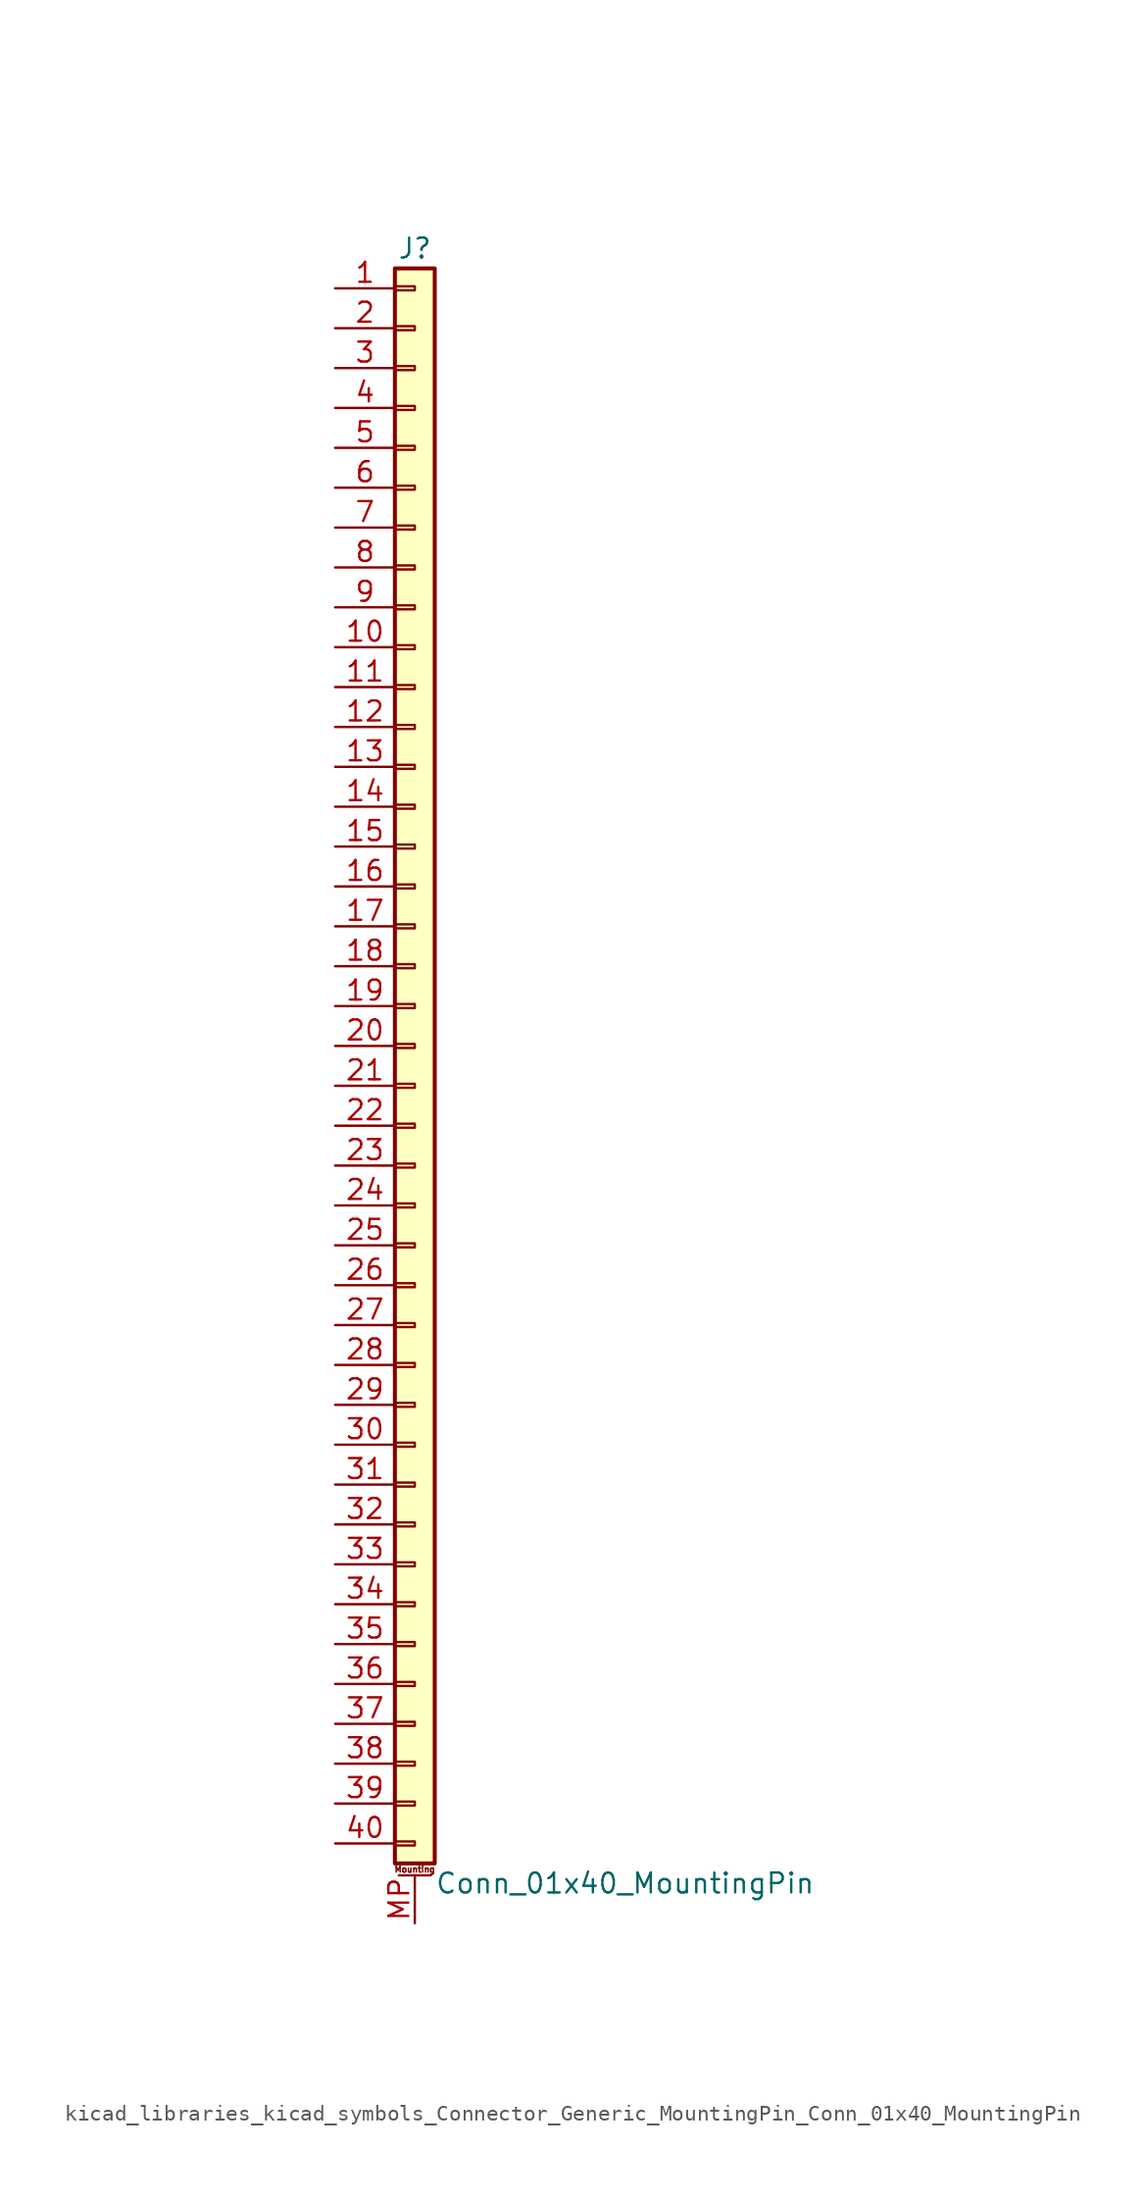
<source format=kicad_sym>
(kicad_symbol_lib
  (version 20220914)
  (generator kicad_symbol_editor)
  (symbol "kicad_libraries_kicad_symbols_Connector_Generic_MountingPin_Conn_01x40_MountingPin"
    (pin_names
      (offset 1.016) hide)
    (property "Reference" "J"
      (at 0 50.8 0)
      (effects (font (size 1.27 1.27))))
    (property "Value" "Conn_01x40_MountingPin"
      (at 1.27 -53.34 0)
      (effects (font (size 1.27 1.27)) (justify left)))
    (symbol "kicad_libraries_kicad_symbols_Connector_Generic_MountingPin_Conn_01x40_MountingPin_1_1"
      (rectangle (start -1.27 -50.673) (end 0 -50.927) (stroke (width 0.152) (type default)) (fill (type none)))
      (rectangle (start -1.27 -48.133) (end 0 -48.387) (stroke (width 0.152) (type default)) (fill (type none)))
      (rectangle (start -1.27 -45.593) (end 0 -45.847) (stroke (width 0.152) (type default)) (fill (type none)))
      (rectangle (start -1.27 -43.053) (end 0 -43.307) (stroke (width 0.152) (type default)) (fill (type none)))
      (rectangle (start -1.27 -40.513) (end 0 -40.767) (stroke (width 0.152) (type default)) (fill (type none)))
      (rectangle (start -1.27 -37.973) (end 0 -38.227) (stroke (width 0.152) (type default)) (fill (type none)))
      (rectangle (start -1.27 -35.433) (end 0 -35.687) (stroke (width 0.152) (type default)) (fill (type none)))
      (rectangle (start -1.27 -32.893) (end 0 -33.147) (stroke (width 0.152) (type default)) (fill (type none)))
      (rectangle (start -1.27 -30.353) (end 0 -30.607) (stroke (width 0.152) (type default)) (fill (type none)))
      (rectangle (start -1.27 -27.813) (end 0 -28.067) (stroke (width 0.152) (type default)) (fill (type none)))
      (rectangle (start -1.27 -25.273) (end 0 -25.527) (stroke (width 0.152) (type default)) (fill (type none)))
      (rectangle (start -1.27 -22.733) (end 0 -22.987) (stroke (width 0.152) (type default)) (fill (type none)))
      (rectangle (start -1.27 -20.193) (end 0 -20.447) (stroke (width 0.152) (type default)) (fill (type none)))
      (rectangle (start -1.27 -17.653) (end 0 -17.907) (stroke (width 0.152) (type default)) (fill (type none)))
      (rectangle (start -1.27 -15.113) (end 0 -15.367) (stroke (width 0.152) (type default)) (fill (type none)))
      (rectangle (start -1.27 -12.573) (end 0 -12.827) (stroke (width 0.152) (type default)) (fill (type none)))
      (rectangle (start -1.27 -10.033) (end 0 -10.287) (stroke (width 0.152) (type default)) (fill (type none)))
      (rectangle (start -1.27 -7.493) (end 0 -7.747) (stroke (width 0.152) (type default)) (fill (type none)))
      (rectangle (start -1.27 -4.953) (end 0 -5.207) (stroke (width 0.152) (type default)) (fill (type none)))
      (rectangle (start -1.27 -2.413) (end 0 -2.667) (stroke (width 0.152) (type default)) (fill (type none)))
      (rectangle (start -1.27 0.127) (end 0 -0.127) (stroke (width 0.152) (type default)) (fill (type none)))
      (rectangle (start -1.27 2.667) (end 0 2.413) (stroke (width 0.152) (type default)) (fill (type none)))
      (rectangle (start -1.27 5.207) (end 0 4.953) (stroke (width 0.152) (type default)) (fill (type none)))
      (rectangle (start -1.27 7.747) (end 0 7.493) (stroke (width 0.152) (type default)) (fill (type none)))
      (rectangle (start -1.27 10.287) (end 0 10.033) (stroke (width 0.152) (type default)) (fill (type none)))
      (rectangle (start -1.27 12.827) (end 0 12.573) (stroke (width 0.152) (type default)) (fill (type none)))
      (rectangle (start -1.27 15.367) (end 0 15.113) (stroke (width 0.152) (type default)) (fill (type none)))
      (rectangle (start -1.27 17.907) (end 0 17.653) (stroke (width 0.152) (type default)) (fill (type none)))
      (rectangle (start -1.27 20.447) (end 0 20.193) (stroke (width 0.152) (type default)) (fill (type none)))
      (rectangle (start -1.27 22.987) (end 0 22.733) (stroke (width 0.152) (type default)) (fill (type none)))
      (rectangle (start -1.27 25.527) (end 0 25.273) (stroke (width 0.152) (type default)) (fill (type none)))
      (rectangle (start -1.27 28.067) (end 0 27.813) (stroke (width 0.152) (type default)) (fill (type none)))
      (rectangle (start -1.27 30.607) (end 0 30.353) (stroke (width 0.152) (type default)) (fill (type none)))
      (rectangle (start -1.27 33.147) (end 0 32.893) (stroke (width 0.152) (type default)) (fill (type none)))
      (rectangle (start -1.27 35.687) (end 0 35.433) (stroke (width 0.152) (type default)) (fill (type none)))
      (rectangle (start -1.27 38.227) (end 0 37.973) (stroke (width 0.152) (type default)) (fill (type none)))
      (rectangle (start -1.27 40.767) (end 0 40.513) (stroke (width 0.152) (type default)) (fill (type none)))
      (rectangle (start -1.27 43.307) (end 0 43.053) (stroke (width 0.152) (type default)) (fill (type none)))
      (rectangle (start -1.27 45.847) (end 0 45.593) (stroke (width 0.152) (type default)) (fill (type none)))
      (rectangle (start -1.27 48.387) (end 0 48.133) (stroke (width 0.152) (type default)) (fill (type none)))
      (rectangle (start -1.27 49.53) (end 1.27 -52.07) (stroke (width 0.254) (type default)) (fill (type background)))
      (polyline (pts (xy -1.016 -52.832) (xy 1.016 -52.832)) (stroke (width 0.152) (type default)) (fill (type none)))
      (text "Mounting" (at 0 -52.451 0) (effects (font (size 0.381 0.381))))
      (pin passive line (at -5.08 48.26 0) (length 3.81) (name "Pin_1" (effects (font (size 1.27 1.27)))) (number "1" (effects (font (size 1.27 1.27)))))
      (pin passive line (at -5.08 25.4 0) (length 3.81) (name "Pin_10" (effects (font (size 1.27 1.27)))) (number "10" (effects (font (size 1.27 1.27)))))
      (pin passive line (at -5.08 22.86 0) (length 3.81) (name "Pin_11" (effects (font (size 1.27 1.27)))) (number "11" (effects (font (size 1.27 1.27)))))
      (pin passive line (at -5.08 20.32 0) (length 3.81) (name "Pin_12" (effects (font (size 1.27 1.27)))) (number "12" (effects (font (size 1.27 1.27)))))
      (pin passive line (at -5.08 17.78 0) (length 3.81) (name "Pin_13" (effects (font (size 1.27 1.27)))) (number "13" (effects (font (size 1.27 1.27)))))
      (pin passive line (at -5.08 15.24 0) (length 3.81) (name "Pin_14" (effects (font (size 1.27 1.27)))) (number "14" (effects (font (size 1.27 1.27)))))
      (pin passive line (at -5.08 12.7 0) (length 3.81) (name "Pin_15" (effects (font (size 1.27 1.27)))) (number "15" (effects (font (size 1.27 1.27)))))
      (pin passive line (at -5.08 10.16 0) (length 3.81) (name "Pin_16" (effects (font (size 1.27 1.27)))) (number "16" (effects (font (size 1.27 1.27)))))
      (pin passive line (at -5.08 7.62 0) (length 3.81) (name "Pin_17" (effects (font (size 1.27 1.27)))) (number "17" (effects (font (size 1.27 1.27)))))
      (pin passive line (at -5.08 5.08 0) (length 3.81) (name "Pin_18" (effects (font (size 1.27 1.27)))) (number "18" (effects (font (size 1.27 1.27)))))
      (pin passive line (at -5.08 2.54 0) (length 3.81) (name "Pin_19" (effects (font (size 1.27 1.27)))) (number "19" (effects (font (size 1.27 1.27)))))
      (pin passive line (at -5.08 45.72 0) (length 3.81) (name "Pin_2" (effects (font (size 1.27 1.27)))) (number "2" (effects (font (size 1.27 1.27)))))
      (pin passive line (at -5.08 0 0) (length 3.81) (name "Pin_20" (effects (font (size 1.27 1.27)))) (number "20" (effects (font (size 1.27 1.27)))))
      (pin passive line (at -5.08 -2.54 0) (length 3.81) (name "Pin_21" (effects (font (size 1.27 1.27)))) (number "21" (effects (font (size 1.27 1.27)))))
      (pin passive line (at -5.08 -5.08 0) (length 3.81) (name "Pin_22" (effects (font (size 1.27 1.27)))) (number "22" (effects (font (size 1.27 1.27)))))
      (pin passive line (at -5.08 -7.62 0) (length 3.81) (name "Pin_23" (effects (font (size 1.27 1.27)))) (number "23" (effects (font (size 1.27 1.27)))))
      (pin passive line (at -5.08 -10.16 0) (length 3.81) (name "Pin_24" (effects (font (size 1.27 1.27)))) (number "24" (effects (font (size 1.27 1.27)))))
      (pin passive line (at -5.08 -12.7 0) (length 3.81) (name "Pin_25" (effects (font (size 1.27 1.27)))) (number "25" (effects (font (size 1.27 1.27)))))
      (pin passive line (at -5.08 -15.24 0) (length 3.81) (name "Pin_26" (effects (font (size 1.27 1.27)))) (number "26" (effects (font (size 1.27 1.27)))))
      (pin passive line (at -5.08 -17.78 0) (length 3.81) (name "Pin_27" (effects (font (size 1.27 1.27)))) (number "27" (effects (font (size 1.27 1.27)))))
      (pin passive line (at -5.08 -20.32 0) (length 3.81) (name "Pin_28" (effects (font (size 1.27 1.27)))) (number "28" (effects (font (size 1.27 1.27)))))
      (pin passive line (at -5.08 -22.86 0) (length 3.81) (name "Pin_29" (effects (font (size 1.27 1.27)))) (number "29" (effects (font (size 1.27 1.27)))))
      (pin passive line (at -5.08 43.18 0) (length 3.81) (name "Pin_3" (effects (font (size 1.27 1.27)))) (number "3" (effects (font (size 1.27 1.27)))))
      (pin passive line (at -5.08 -25.4 0) (length 3.81) (name "Pin_30" (effects (font (size 1.27 1.27)))) (number "30" (effects (font (size 1.27 1.27)))))
      (pin passive line (at -5.08 -27.94 0) (length 3.81) (name "Pin_31" (effects (font (size 1.27 1.27)))) (number "31" (effects (font (size 1.27 1.27)))))
      (pin passive line (at -5.08 -30.48 0) (length 3.81) (name "Pin_32" (effects (font (size 1.27 1.27)))) (number "32" (effects (font (size 1.27 1.27)))))
      (pin passive line (at -5.08 -33.02 0) (length 3.81) (name "Pin_33" (effects (font (size 1.27 1.27)))) (number "33" (effects (font (size 1.27 1.27)))))
      (pin passive line (at -5.08 -35.56 0) (length 3.81) (name "Pin_34" (effects (font (size 1.27 1.27)))) (number "34" (effects (font (size 1.27 1.27)))))
      (pin passive line (at -5.08 -38.1 0) (length 3.81) (name "Pin_35" (effects (font (size 1.27 1.27)))) (number "35" (effects (font (size 1.27 1.27)))))
      (pin passive line (at -5.08 -40.64 0) (length 3.81) (name "Pin_36" (effects (font (size 1.27 1.27)))) (number "36" (effects (font (size 1.27 1.27)))))
      (pin passive line (at -5.08 -43.18 0) (length 3.81) (name "Pin_37" (effects (font (size 1.27 1.27)))) (number "37" (effects (font (size 1.27 1.27)))))
      (pin passive line (at -5.08 -45.72 0) (length 3.81) (name "Pin_38" (effects (font (size 1.27 1.27)))) (number "38" (effects (font (size 1.27 1.27)))))
      (pin passive line (at -5.08 -48.26 0) (length 3.81) (name "Pin_39" (effects (font (size 1.27 1.27)))) (number "39" (effects (font (size 1.27 1.27)))))
      (pin passive line (at -5.08 40.64 0) (length 3.81) (name "Pin_4" (effects (font (size 1.27 1.27)))) (number "4" (effects (font (size 1.27 1.27)))))
      (pin passive line (at -5.08 -50.8 0) (length 3.81) (name "Pin_40" (effects (font (size 1.27 1.27)))) (number "40" (effects (font (size 1.27 1.27)))))
      (pin passive line (at -5.08 38.1 0) (length 3.81) (name "Pin_5" (effects (font (size 1.27 1.27)))) (number "5" (effects (font (size 1.27 1.27)))))
      (pin passive line (at -5.08 35.56 0) (length 3.81) (name "Pin_6" (effects (font (size 1.27 1.27)))) (number "6" (effects (font (size 1.27 1.27)))))
      (pin passive line (at -5.08 33.02 0) (length 3.81) (name "Pin_7" (effects (font (size 1.27 1.27)))) (number "7" (effects (font (size 1.27 1.27)))))
      (pin passive line (at -5.08 30.48 0) (length 3.81) (name "Pin_8" (effects (font (size 1.27 1.27)))) (number "8" (effects (font (size 1.27 1.27)))))
      (pin passive line (at -5.08 27.94 0) (length 3.81) (name "Pin_9" (effects (font (size 1.27 1.27)))) (number "9" (effects (font (size 1.27 1.27)))))
      (pin passive line (at 0 -55.88 90) (length 3.048) (name "MountPin" (effects (font (size 1.27 1.27)))) (number "MP" (effects (font (size 1.27 1.27))))))))
</source>
